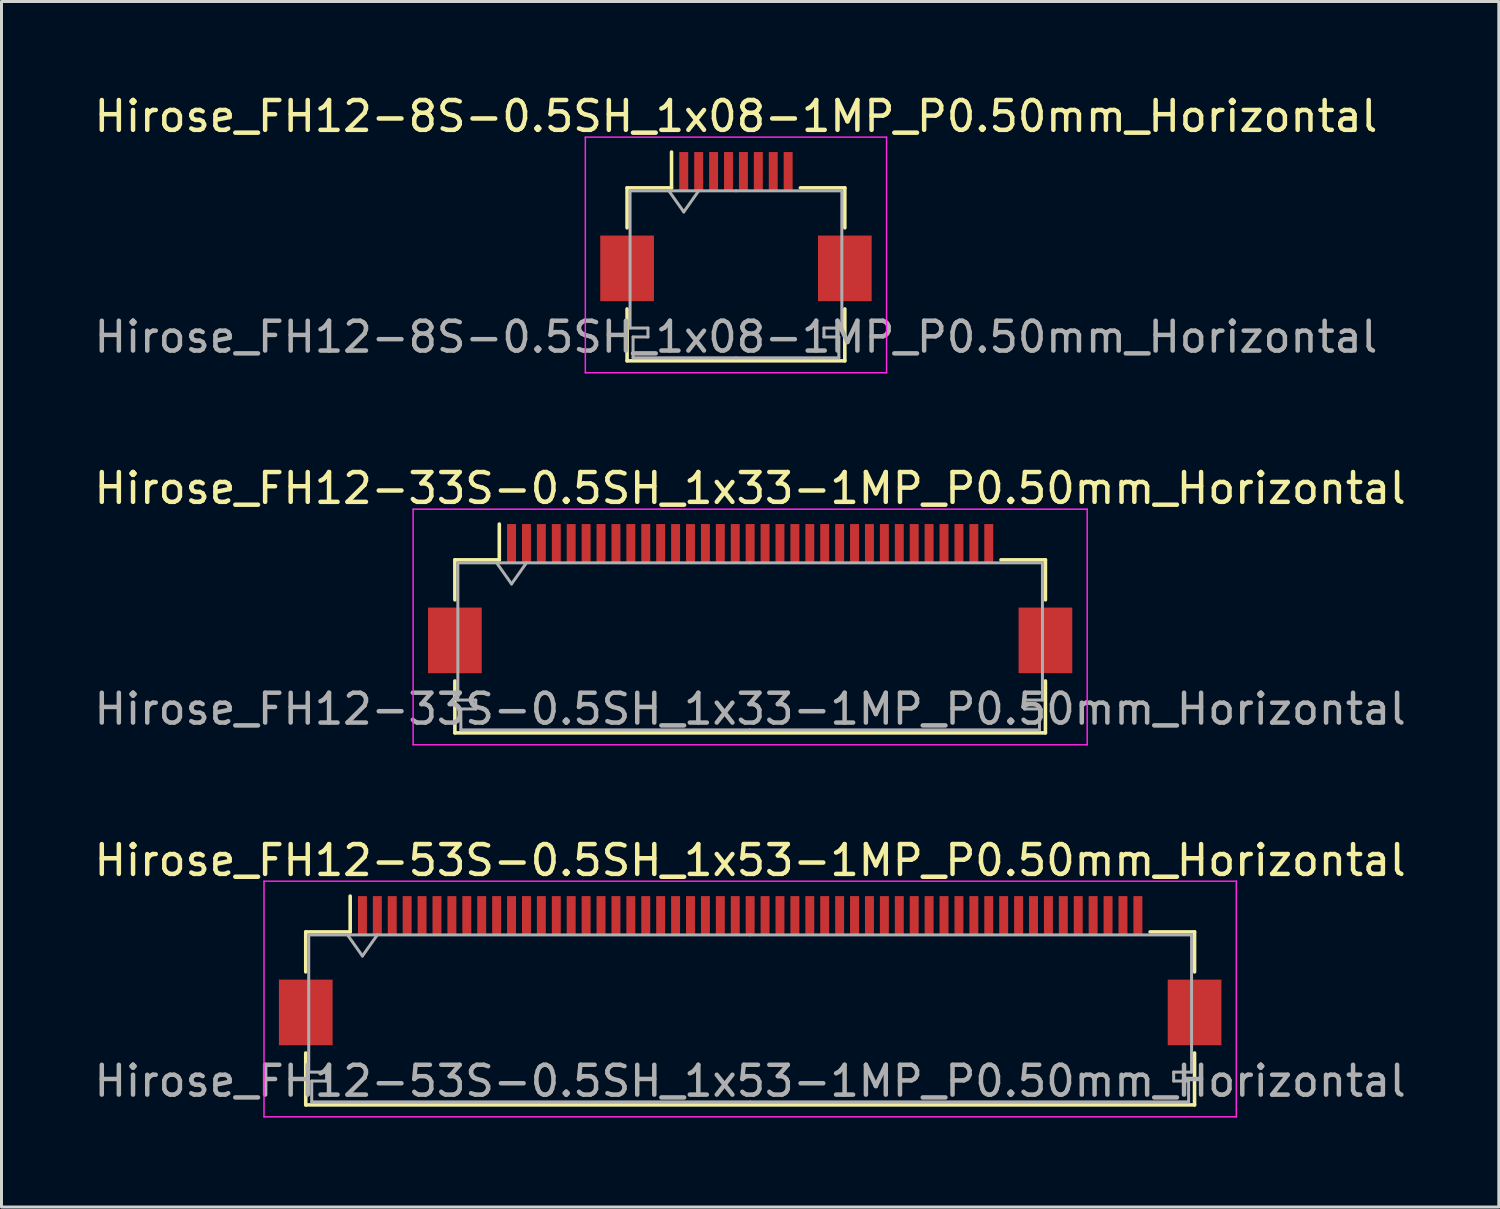
<source format=kicad_pcb>
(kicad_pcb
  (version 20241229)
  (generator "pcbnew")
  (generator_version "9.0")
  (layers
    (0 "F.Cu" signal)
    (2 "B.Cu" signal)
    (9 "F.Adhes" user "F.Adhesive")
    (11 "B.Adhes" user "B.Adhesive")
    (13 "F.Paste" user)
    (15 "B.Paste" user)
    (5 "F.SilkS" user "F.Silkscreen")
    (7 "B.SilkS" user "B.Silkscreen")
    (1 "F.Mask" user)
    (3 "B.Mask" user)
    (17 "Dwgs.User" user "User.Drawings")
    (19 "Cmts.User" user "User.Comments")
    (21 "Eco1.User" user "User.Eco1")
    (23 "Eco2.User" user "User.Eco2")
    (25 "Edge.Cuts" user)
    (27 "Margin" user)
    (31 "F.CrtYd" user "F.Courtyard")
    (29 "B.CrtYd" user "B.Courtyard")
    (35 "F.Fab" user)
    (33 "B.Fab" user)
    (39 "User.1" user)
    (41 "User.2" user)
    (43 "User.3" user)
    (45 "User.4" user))
  (footprint "Hirose_FH12-33S-0.5SH_1x33-1MP_P0.50mm_Horizontal"
    (layer "F.Cu")
    (at 22.101 17.021)
    (property "Reference" "Hirose_FH12-33S-0.5SH_1x33-1MP_P0.50mm_Horizontal" (at 0 -3.7 0) (layer "F.SilkS") (effects (font (size 1 1) (thickness 0.15))))
    (attr smd)
    (fp_line (start -9.9 -1.3) (end -9.9 0.04) (stroke (width 0.12) (type solid)) (layer "F.SilkS"))
    (fp_line (start -9.9 2.76) (end -9.9 4.5) (stroke (width 0.12) (type solid)) (layer "F.SilkS"))
    (fp_line (start -9.9 4.5) (end 9.9 4.5) (stroke (width 0.12) (type solid)) (layer "F.SilkS"))
    (fp_line (start -8.41 -1.3) (end -9.9 -1.3) (stroke (width 0.12) (type solid)) (layer "F.SilkS"))
    (fp_line (start -8.41 -1.3) (end -8.41 -2.5) (stroke (width 0.12) (type solid)) (layer "F.SilkS"))
    (fp_line (start 8.41 -1.3) (end 9.9 -1.3) (stroke (width 0.12) (type solid)) (layer "F.SilkS"))
    (fp_line (start 9.9 -1.3) (end 9.9 0.04) (stroke (width 0.12) (type solid)) (layer "F.SilkS"))
    (fp_line (start 9.9 4.5) (end 9.9 2.76) (stroke (width 0.12) (type solid)) (layer "F.SilkS"))
    (fp_line (start -11.3 -3) (end -11.3 4.9) (stroke (width 0.05) (type solid)) (layer "F.CrtYd"))
    (fp_line (start -11.3 4.9) (end 11.3 4.9) (stroke (width 0.05) (type solid)) (layer "F.CrtYd"))
    (fp_line (start 11.3 -3) (end -11.3 -3) (stroke (width 0.05) (type solid)) (layer "F.CrtYd"))
    (fp_line (start 11.3 4.9) (end 11.3 -3) (stroke (width 0.05) (type solid)) (layer "F.CrtYd"))
    (fp_line (start -9.8 -1.2) (end -9.8 3.4) (stroke (width 0.1) (type solid)) (layer "F.Fab"))
    (fp_line (start -9.8 3.4) (end -9.2 3.4) (stroke (width 0.1) (type solid)) (layer "F.Fab"))
    (fp_line (start -9.7 3.7) (end -9.7 4.4) (stroke (width 0.1) (type solid)) (layer "F.Fab"))
    (fp_line (start -9.7 4.4) (end 0 4.4) (stroke (width 0.1) (type solid)) (layer "F.Fab"))
    (fp_line (start -9.2 3.4) (end -9.2 3.7) (stroke (width 0.1) (type solid)) (layer "F.Fab"))
    (fp_line (start -9.2 3.7) (end -9.7 3.7) (stroke (width 0.1) (type solid)) (layer "F.Fab"))
    (fp_line (start -8.5 -1.2) (end -8 -0.493) (stroke (width 0.1) (type solid)) (layer "F.Fab"))
    (fp_line (start -8 -0.493) (end -7.5 -1.2) (stroke (width 0.1) (type solid)) (layer "F.Fab"))
    (fp_line (start 0 -1.2) (end -9.8 -1.2) (stroke (width 0.1) (type solid)) (layer "F.Fab"))
    (fp_line (start 0 -1.2) (end 9.8 -1.2) (stroke (width 0.1) (type solid)) (layer "F.Fab"))
    (fp_line (start 9.2 3.4) (end 9.2 3.7) (stroke (width 0.1) (type solid)) (layer "F.Fab"))
    (fp_line (start 9.2 3.7) (end 9.7 3.7) (stroke (width 0.1) (type solid)) (layer "F.Fab"))
    (fp_line (start 9.7 3.7) (end 9.7 4.4) (stroke (width 0.1) (type solid)) (layer "F.Fab"))
    (fp_line (start 9.7 4.4) (end 0 4.4) (stroke (width 0.1) (type solid)) (layer "F.Fab"))
    (fp_line (start 9.8 -1.2) (end 9.8 3.4) (stroke (width 0.1) (type solid)) (layer "F.Fab"))
    (fp_line (start 9.8 3.4) (end 9.2 3.4) (stroke (width 0.1) (type solid)) (layer "F.Fab"))
    (fp_text user "${REFERENCE}" (at 0 3.7 0) (layer "F.Fab") (effects (font (size 1 1) (thickness 0.15))))
    (pad "1" smd rect (at -8 -1.85) (size 0.3 1.3) (layers "F.Cu" "F.Mask" "F.Paste"))
    (pad "2" smd rect (at -7.5 -1.85) (size 0.3 1.3) (layers "F.Cu" "F.Mask" "F.Paste"))
    (pad "3" smd rect (at -7 -1.85) (size 0.3 1.3) (layers "F.Cu" "F.Mask" "F.Paste"))
    (pad "4" smd rect (at -6.5 -1.85) (size 0.3 1.3) (layers "F.Cu" "F.Mask" "F.Paste"))
    (pad "5" smd rect (at -6 -1.85) (size 0.3 1.3) (layers "F.Cu" "F.Mask" "F.Paste"))
    (pad "6" smd rect (at -5.5 -1.85) (size 0.3 1.3) (layers "F.Cu" "F.Mask" "F.Paste"))
    (pad "7" smd rect (at -5 -1.85) (size 0.3 1.3) (layers "F.Cu" "F.Mask" "F.Paste"))
    (pad "8" smd rect (at -4.5 -1.85) (size 0.3 1.3) (layers "F.Cu" "F.Mask" "F.Paste"))
    (pad "9" smd rect (at -4 -1.85) (size 0.3 1.3) (layers "F.Cu" "F.Mask" "F.Paste"))
    (pad "10" smd rect (at -3.5 -1.85) (size 0.3 1.3) (layers "F.Cu" "F.Mask" "F.Paste"))
    (pad "11" smd rect (at -3 -1.85) (size 0.3 1.3) (layers "F.Cu" "F.Mask" "F.Paste"))
    (pad "12" smd rect (at -2.5 -1.85) (size 0.3 1.3) (layers "F.Cu" "F.Mask" "F.Paste"))
    (pad "13" smd rect (at -2 -1.85) (size 0.3 1.3) (layers "F.Cu" "F.Mask" "F.Paste"))
    (pad "14" smd rect (at -1.5 -1.85) (size 0.3 1.3) (layers "F.Cu" "F.Mask" "F.Paste"))
    (pad "15" smd rect (at -1 -1.85) (size 0.3 1.3) (layers "F.Cu" "F.Mask" "F.Paste"))
    (pad "16" smd rect (at -0.5 -1.85) (size 0.3 1.3) (layers "F.Cu" "F.Mask" "F.Paste"))
    (pad "17" smd rect (at 0 -1.85) (size 0.3 1.3) (layers "F.Cu" "F.Mask" "F.Paste"))
    (pad "18" smd rect (at 0.5 -1.85) (size 0.3 1.3) (layers "F.Cu" "F.Mask" "F.Paste"))
    (pad "19" smd rect (at 1 -1.85) (size 0.3 1.3) (layers "F.Cu" "F.Mask" "F.Paste"))
    (pad "20" smd rect (at 1.5 -1.85) (size 0.3 1.3) (layers "F.Cu" "F.Mask" "F.Paste"))
    (pad "21" smd rect (at 2 -1.85) (size 0.3 1.3) (layers "F.Cu" "F.Mask" "F.Paste"))
    (pad "22" smd rect (at 2.5 -1.85) (size 0.3 1.3) (layers "F.Cu" "F.Mask" "F.Paste"))
    (pad "23" smd rect (at 3 -1.85) (size 0.3 1.3) (layers "F.Cu" "F.Mask" "F.Paste"))
    (pad "24" smd rect (at 3.5 -1.85) (size 0.3 1.3) (layers "F.Cu" "F.Mask" "F.Paste"))
    (pad "25" smd rect (at 4 -1.85) (size 0.3 1.3) (layers "F.Cu" "F.Mask" "F.Paste"))
    (pad "26" smd rect (at 4.5 -1.85) (size 0.3 1.3) (layers "F.Cu" "F.Mask" "F.Paste"))
    (pad "27" smd rect (at 5 -1.85) (size 0.3 1.3) (layers "F.Cu" "F.Mask" "F.Paste"))
    (pad "28" smd rect (at 5.5 -1.85) (size 0.3 1.3) (layers "F.Cu" "F.Mask" "F.Paste"))
    (pad "29" smd rect (at 6 -1.85) (size 0.3 1.3) (layers "F.Cu" "F.Mask" "F.Paste"))
    (pad "30" smd rect (at 6.5 -1.85) (size 0.3 1.3) (layers "F.Cu" "F.Mask" "F.Paste"))
    (pad "31" smd rect (at 7 -1.85) (size 0.3 1.3) (layers "F.Cu" "F.Mask" "F.Paste"))
    (pad "32" smd rect (at 7.5 -1.85) (size 0.3 1.3) (layers "F.Cu" "F.Mask" "F.Paste"))
    (pad "33" smd rect (at 8 -1.85) (size 0.3 1.3) (layers "F.Cu" "F.Mask" "F.Paste"))
    (pad "MP" smd rect (at -9.9 1.4) (size 1.8 2.2) (layers "F.Cu" "F.Mask" "F.Paste"))
    (pad "MP" smd rect (at 9.9 1.4) (size 1.8 2.2) (layers "F.Cu" "F.Mask" "F.Paste")))
  (footprint "Hirose_FH12-53S-0.5SH_1x53-1MP_P0.50mm_Horizontal"
    (layer "F.Cu")
    (at 22.101 29.495)
    (property "Reference" "Hirose_FH12-53S-0.5SH_1x53-1MP_P0.50mm_Horizontal" (at 0 -3.7 0) (layer "F.SilkS") (effects (font (size 1 1) (thickness 0.15))))
    (attr smd)
    (fp_line (start -14.9 -1.3) (end -14.9 0.04) (stroke (width 0.12) (type solid)) (layer "F.SilkS"))
    (fp_line (start -14.9 2.76) (end -14.9 4.5) (stroke (width 0.12) (type solid)) (layer "F.SilkS"))
    (fp_line (start -14.9 4.5) (end 14.9 4.5) (stroke (width 0.12) (type solid)) (layer "F.SilkS"))
    (fp_line (start -13.41 -1.3) (end -14.9 -1.3) (stroke (width 0.12) (type solid)) (layer "F.SilkS"))
    (fp_line (start -13.41 -1.3) (end -13.41 -2.5) (stroke (width 0.12) (type solid)) (layer "F.SilkS"))
    (fp_line (start 13.41 -1.3) (end 14.9 -1.3) (stroke (width 0.12) (type solid)) (layer "F.SilkS"))
    (fp_line (start 14.9 -1.3) (end 14.9 0.04) (stroke (width 0.12) (type solid)) (layer "F.SilkS"))
    (fp_line (start 14.9 4.5) (end 14.9 2.76) (stroke (width 0.12) (type solid)) (layer "F.SilkS"))
    (fp_line (start -16.3 -3) (end -16.3 4.9) (stroke (width 0.05) (type solid)) (layer "F.CrtYd"))
    (fp_line (start -16.3 4.9) (end 16.3 4.9) (stroke (width 0.05) (type solid)) (layer "F.CrtYd"))
    (fp_line (start 16.3 -3) (end -16.3 -3) (stroke (width 0.05) (type solid)) (layer "F.CrtYd"))
    (fp_line (start 16.3 4.9) (end 16.3 -3) (stroke (width 0.05) (type solid)) (layer "F.CrtYd"))
    (fp_line (start -14.8 -1.2) (end -14.8 3.4) (stroke (width 0.1) (type solid)) (layer "F.Fab"))
    (fp_line (start -14.8 3.4) (end -14.2 3.4) (stroke (width 0.1) (type solid)) (layer "F.Fab"))
    (fp_line (start -14.7 3.7) (end -14.7 4.4) (stroke (width 0.1) (type solid)) (layer "F.Fab"))
    (fp_line (start -14.7 4.4) (end 0 4.4) (stroke (width 0.1) (type solid)) (layer "F.Fab"))
    (fp_line (start -14.2 3.4) (end -14.2 3.7) (stroke (width 0.1) (type solid)) (layer "F.Fab"))
    (fp_line (start -14.2 3.7) (end -14.7 3.7) (stroke (width 0.1) (type solid)) (layer "F.Fab"))
    (fp_line (start -13.5 -1.2) (end -13 -0.493) (stroke (width 0.1) (type solid)) (layer "F.Fab"))
    (fp_line (start -13 -0.493) (end -12.5 -1.2) (stroke (width 0.1) (type solid)) (layer "F.Fab"))
    (fp_line (start 0 -1.2) (end -14.8 -1.2) (stroke (width 0.1) (type solid)) (layer "F.Fab"))
    (fp_line (start 0 -1.2) (end 14.8 -1.2) (stroke (width 0.1) (type solid)) (layer "F.Fab"))
    (fp_line (start 14.2 3.4) (end 14.2 3.7) (stroke (width 0.1) (type solid)) (layer "F.Fab"))
    (fp_line (start 14.2 3.7) (end 14.7 3.7) (stroke (width 0.1) (type solid)) (layer "F.Fab"))
    (fp_line (start 14.7 3.7) (end 14.7 4.4) (stroke (width 0.1) (type solid)) (layer "F.Fab"))
    (fp_line (start 14.7 4.4) (end 0 4.4) (stroke (width 0.1) (type solid)) (layer "F.Fab"))
    (fp_line (start 14.8 -1.2) (end 14.8 3.4) (stroke (width 0.1) (type solid)) (layer "F.Fab"))
    (fp_line (start 14.8 3.4) (end 14.2 3.4) (stroke (width 0.1) (type solid)) (layer "F.Fab"))
    (fp_text user "${REFERENCE}" (at 0 3.7 0) (layer "F.Fab") (effects (font (size 1 1) (thickness 0.15))))
    (pad "1" smd rect (at -13 -1.85) (size 0.3 1.3) (layers "F.Cu" "F.Mask" "F.Paste"))
    (pad "2" smd rect (at -12.5 -1.85) (size 0.3 1.3) (layers "F.Cu" "F.Mask" "F.Paste"))
    (pad "3" smd rect (at -12 -1.85) (size 0.3 1.3) (layers "F.Cu" "F.Mask" "F.Paste"))
    (pad "4" smd rect (at -11.5 -1.85) (size 0.3 1.3) (layers "F.Cu" "F.Mask" "F.Paste"))
    (pad "5" smd rect (at -11 -1.85) (size 0.3 1.3) (layers "F.Cu" "F.Mask" "F.Paste"))
    (pad "6" smd rect (at -10.5 -1.85) (size 0.3 1.3) (layers "F.Cu" "F.Mask" "F.Paste"))
    (pad "7" smd rect (at -10 -1.85) (size 0.3 1.3) (layers "F.Cu" "F.Mask" "F.Paste"))
    (pad "8" smd rect (at -9.5 -1.85) (size 0.3 1.3) (layers "F.Cu" "F.Mask" "F.Paste"))
    (pad "9" smd rect (at -9 -1.85) (size 0.3 1.3) (layers "F.Cu" "F.Mask" "F.Paste"))
    (pad "10" smd rect (at -8.5 -1.85) (size 0.3 1.3) (layers "F.Cu" "F.Mask" "F.Paste"))
    (pad "11" smd rect (at -8 -1.85) (size 0.3 1.3) (layers "F.Cu" "F.Mask" "F.Paste"))
    (pad "12" smd rect (at -7.5 -1.85) (size 0.3 1.3) (layers "F.Cu" "F.Mask" "F.Paste"))
    (pad "13" smd rect (at -7 -1.85) (size 0.3 1.3) (layers "F.Cu" "F.Mask" "F.Paste"))
    (pad "14" smd rect (at -6.5 -1.85) (size 0.3 1.3) (layers "F.Cu" "F.Mask" "F.Paste"))
    (pad "15" smd rect (at -6 -1.85) (size 0.3 1.3) (layers "F.Cu" "F.Mask" "F.Paste"))
    (pad "16" smd rect (at -5.5 -1.85) (size 0.3 1.3) (layers "F.Cu" "F.Mask" "F.Paste"))
    (pad "17" smd rect (at -5 -1.85) (size 0.3 1.3) (layers "F.Cu" "F.Mask" "F.Paste"))
    (pad "18" smd rect (at -4.5 -1.85) (size 0.3 1.3) (layers "F.Cu" "F.Mask" "F.Paste"))
    (pad "19" smd rect (at -4 -1.85) (size 0.3 1.3) (layers "F.Cu" "F.Mask" "F.Paste"))
    (pad "20" smd rect (at -3.5 -1.85) (size 0.3 1.3) (layers "F.Cu" "F.Mask" "F.Paste"))
    (pad "21" smd rect (at -3 -1.85) (size 0.3 1.3) (layers "F.Cu" "F.Mask" "F.Paste"))
    (pad "22" smd rect (at -2.5 -1.85) (size 0.3 1.3) (layers "F.Cu" "F.Mask" "F.Paste"))
    (pad "23" smd rect (at -2 -1.85) (size 0.3 1.3) (layers "F.Cu" "F.Mask" "F.Paste"))
    (pad "24" smd rect (at -1.5 -1.85) (size 0.3 1.3) (layers "F.Cu" "F.Mask" "F.Paste"))
    (pad "25" smd rect (at -1 -1.85) (size 0.3 1.3) (layers "F.Cu" "F.Mask" "F.Paste"))
    (pad "26" smd rect (at -0.5 -1.85) (size 0.3 1.3) (layers "F.Cu" "F.Mask" "F.Paste"))
    (pad "27" smd rect (at 0 -1.85) (size 0.3 1.3) (layers "F.Cu" "F.Mask" "F.Paste"))
    (pad "28" smd rect (at 0.5 -1.85) (size 0.3 1.3) (layers "F.Cu" "F.Mask" "F.Paste"))
    (pad "29" smd rect (at 1 -1.85) (size 0.3 1.3) (layers "F.Cu" "F.Mask" "F.Paste"))
    (pad "30" smd rect (at 1.5 -1.85) (size 0.3 1.3) (layers "F.Cu" "F.Mask" "F.Paste"))
    (pad "31" smd rect (at 2 -1.85) (size 0.3 1.3) (layers "F.Cu" "F.Mask" "F.Paste"))
    (pad "32" smd rect (at 2.5 -1.85) (size 0.3 1.3) (layers "F.Cu" "F.Mask" "F.Paste"))
    (pad "33" smd rect (at 3 -1.85) (size 0.3 1.3) (layers "F.Cu" "F.Mask" "F.Paste"))
    (pad "34" smd rect (at 3.5 -1.85) (size 0.3 1.3) (layers "F.Cu" "F.Mask" "F.Paste"))
    (pad "35" smd rect (at 4 -1.85) (size 0.3 1.3) (layers "F.Cu" "F.Mask" "F.Paste"))
    (pad "36" smd rect (at 4.5 -1.85) (size 0.3 1.3) (layers "F.Cu" "F.Mask" "F.Paste"))
    (pad "37" smd rect (at 5 -1.85) (size 0.3 1.3) (layers "F.Cu" "F.Mask" "F.Paste"))
    (pad "38" smd rect (at 5.5 -1.85) (size 0.3 1.3) (layers "F.Cu" "F.Mask" "F.Paste"))
    (pad "39" smd rect (at 6 -1.85) (size 0.3 1.3) (layers "F.Cu" "F.Mask" "F.Paste"))
    (pad "40" smd rect (at 6.5 -1.85) (size 0.3 1.3) (layers "F.Cu" "F.Mask" "F.Paste"))
    (pad "41" smd rect (at 7 -1.85) (size 0.3 1.3) (layers "F.Cu" "F.Mask" "F.Paste"))
    (pad "42" smd rect (at 7.5 -1.85) (size 0.3 1.3) (layers "F.Cu" "F.Mask" "F.Paste"))
    (pad "43" smd rect (at 8 -1.85) (size 0.3 1.3) (layers "F.Cu" "F.Mask" "F.Paste"))
    (pad "44" smd rect (at 8.5 -1.85) (size 0.3 1.3) (layers "F.Cu" "F.Mask" "F.Paste"))
    (pad "45" smd rect (at 9 -1.85) (size 0.3 1.3) (layers "F.Cu" "F.Mask" "F.Paste"))
    (pad "46" smd rect (at 9.5 -1.85) (size 0.3 1.3) (layers "F.Cu" "F.Mask" "F.Paste"))
    (pad "47" smd rect (at 10 -1.85) (size 0.3 1.3) (layers "F.Cu" "F.Mask" "F.Paste"))
    (pad "48" smd rect (at 10.5 -1.85) (size 0.3 1.3) (layers "F.Cu" "F.Mask" "F.Paste"))
    (pad "49" smd rect (at 11 -1.85) (size 0.3 1.3) (layers "F.Cu" "F.Mask" "F.Paste"))
    (pad "50" smd rect (at 11.5 -1.85) (size 0.3 1.3) (layers "F.Cu" "F.Mask" "F.Paste"))
    (pad "51" smd rect (at 12 -1.85) (size 0.3 1.3) (layers "F.Cu" "F.Mask" "F.Paste"))
    (pad "52" smd rect (at 12.5 -1.85) (size 0.3 1.3) (layers "F.Cu" "F.Mask" "F.Paste"))
    (pad "53" smd rect (at 13 -1.85) (size 0.3 1.3) (layers "F.Cu" "F.Mask" "F.Paste"))
    (pad "MP" smd rect (at -14.9 1.4) (size 1.8 2.2) (layers "F.Cu" "F.Mask" "F.Paste"))
    (pad "MP" smd rect (at 14.9 1.4) (size 1.8 2.2) (layers "F.Cu" "F.Mask" "F.Paste")))
  (footprint "Hirose_FH12-8S-0.5SH_1x08-1MP_P0.50mm_Horizontal"
    (layer "F.Cu")
    (at 21.625 4.548)
    (property "Reference" "Hirose_FH12-8S-0.5SH_1x08-1MP_P0.50mm_Horizontal" (at 0 -3.7 0) (layer "F.SilkS") (effects (font (size 1 1) (thickness 0.15))))
    (attr smd)
    (fp_line (start -3.65 -1.3) (end -3.65 0.04) (stroke (width 0.12) (type solid)) (layer "F.SilkS"))
    (fp_line (start -3.65 2.76) (end -3.65 4.5) (stroke (width 0.12) (type solid)) (layer "F.SilkS"))
    (fp_line (start -3.65 4.5) (end 3.65 4.5) (stroke (width 0.12) (type solid)) (layer "F.SilkS"))
    (fp_line (start -2.16 -1.3) (end -3.65 -1.3) (stroke (width 0.12) (type solid)) (layer "F.SilkS"))
    (fp_line (start -2.16 -1.3) (end -2.16 -2.5) (stroke (width 0.12) (type solid)) (layer "F.SilkS"))
    (fp_line (start 2.16 -1.3) (end 3.65 -1.3) (stroke (width 0.12) (type solid)) (layer "F.SilkS"))
    (fp_line (start 3.65 -1.3) (end 3.65 0.04) (stroke (width 0.12) (type solid)) (layer "F.SilkS"))
    (fp_line (start 3.65 4.5) (end 3.65 2.76) (stroke (width 0.12) (type solid)) (layer "F.SilkS"))
    (fp_line (start -5.05 -3) (end -5.05 4.9) (stroke (width 0.05) (type solid)) (layer "F.CrtYd"))
    (fp_line (start -5.05 4.9) (end 5.05 4.9) (stroke (width 0.05) (type solid)) (layer "F.CrtYd"))
    (fp_line (start 5.05 -3) (end -5.05 -3) (stroke (width 0.05) (type solid)) (layer "F.CrtYd"))
    (fp_line (start 5.05 4.9) (end 5.05 -3) (stroke (width 0.05) (type solid)) (layer "F.CrtYd"))
    (fp_line (start -3.55 -1.2) (end -3.55 3.4) (stroke (width 0.1) (type solid)) (layer "F.Fab"))
    (fp_line (start -3.55 3.4) (end -2.95 3.4) (stroke (width 0.1) (type solid)) (layer "F.Fab"))
    (fp_line (start -3.45 3.7) (end -3.45 4.4) (stroke (width 0.1) (type solid)) (layer "F.Fab"))
    (fp_line (start -3.45 4.4) (end 0 4.4) (stroke (width 0.1) (type solid)) (layer "F.Fab"))
    (fp_line (start -2.95 3.4) (end -2.95 3.7) (stroke (width 0.1) (type solid)) (layer "F.Fab"))
    (fp_line (start -2.95 3.7) (end -3.45 3.7) (stroke (width 0.1) (type solid)) (layer "F.Fab"))
    (fp_line (start -2.25 -1.2) (end -1.75 -0.493) (stroke (width 0.1) (type solid)) (layer "F.Fab"))
    (fp_line (start -1.75 -0.493) (end -1.25 -1.2) (stroke (width 0.1) (type solid)) (layer "F.Fab"))
    (fp_line (start 0 -1.2) (end -3.55 -1.2) (stroke (width 0.1) (type solid)) (layer "F.Fab"))
    (fp_line (start 0 -1.2) (end 3.55 -1.2) (stroke (width 0.1) (type solid)) (layer "F.Fab"))
    (fp_line (start 2.95 3.4) (end 2.95 3.7) (stroke (width 0.1) (type solid)) (layer "F.Fab"))
    (fp_line (start 2.95 3.7) (end 3.45 3.7) (stroke (width 0.1) (type solid)) (layer "F.Fab"))
    (fp_line (start 3.45 3.7) (end 3.45 4.4) (stroke (width 0.1) (type solid)) (layer "F.Fab"))
    (fp_line (start 3.45 4.4) (end 0 4.4) (stroke (width 0.1) (type solid)) (layer "F.Fab"))
    (fp_line (start 3.55 -1.2) (end 3.55 3.4) (stroke (width 0.1) (type solid)) (layer "F.Fab"))
    (fp_line (start 3.55 3.4) (end 2.95 3.4) (stroke (width 0.1) (type solid)) (layer "F.Fab"))
    (fp_text user "${REFERENCE}" (at 0 3.7 0) (layer "F.Fab") (effects (font (size 1 1) (thickness 0.15))))
    (pad "1" smd rect (at -1.75 -1.85) (size 0.3 1.3) (layers "F.Cu" "F.Mask" "F.Paste"))
    (pad "2" smd rect (at -1.25 -1.85) (size 0.3 1.3) (layers "F.Cu" "F.Mask" "F.Paste"))
    (pad "3" smd rect (at -0.75 -1.85) (size 0.3 1.3) (layers "F.Cu" "F.Mask" "F.Paste"))
    (pad "4" smd rect (at -0.25 -1.85) (size 0.3 1.3) (layers "F.Cu" "F.Mask" "F.Paste"))
    (pad "5" smd rect (at 0.25 -1.85) (size 0.3 1.3) (layers "F.Cu" "F.Mask" "F.Paste"))
    (pad "6" smd rect (at 0.75 -1.85) (size 0.3 1.3) (layers "F.Cu" "F.Mask" "F.Paste"))
    (pad "7" smd rect (at 1.25 -1.85) (size 0.3 1.3) (layers "F.Cu" "F.Mask" "F.Paste"))
    (pad "8" smd rect (at 1.75 -1.85) (size 0.3 1.3) (layers "F.Cu" "F.Mask" "F.Paste"))
    (pad "MP" smd rect (at -3.65 1.4) (size 1.8 2.2) (layers "F.Cu" "F.Mask" "F.Paste"))
    (pad "MP" smd rect (at 3.65 1.4) (size 1.8 2.2) (layers "F.Cu" "F.Mask" "F.Paste")))
  (gr_rect
    (start -3 -3)
    (end 47.202 37.42)
    (stroke (width 0.1) (type default))
    (fill no)
    (layer "Edge.Cuts")))
</source>
